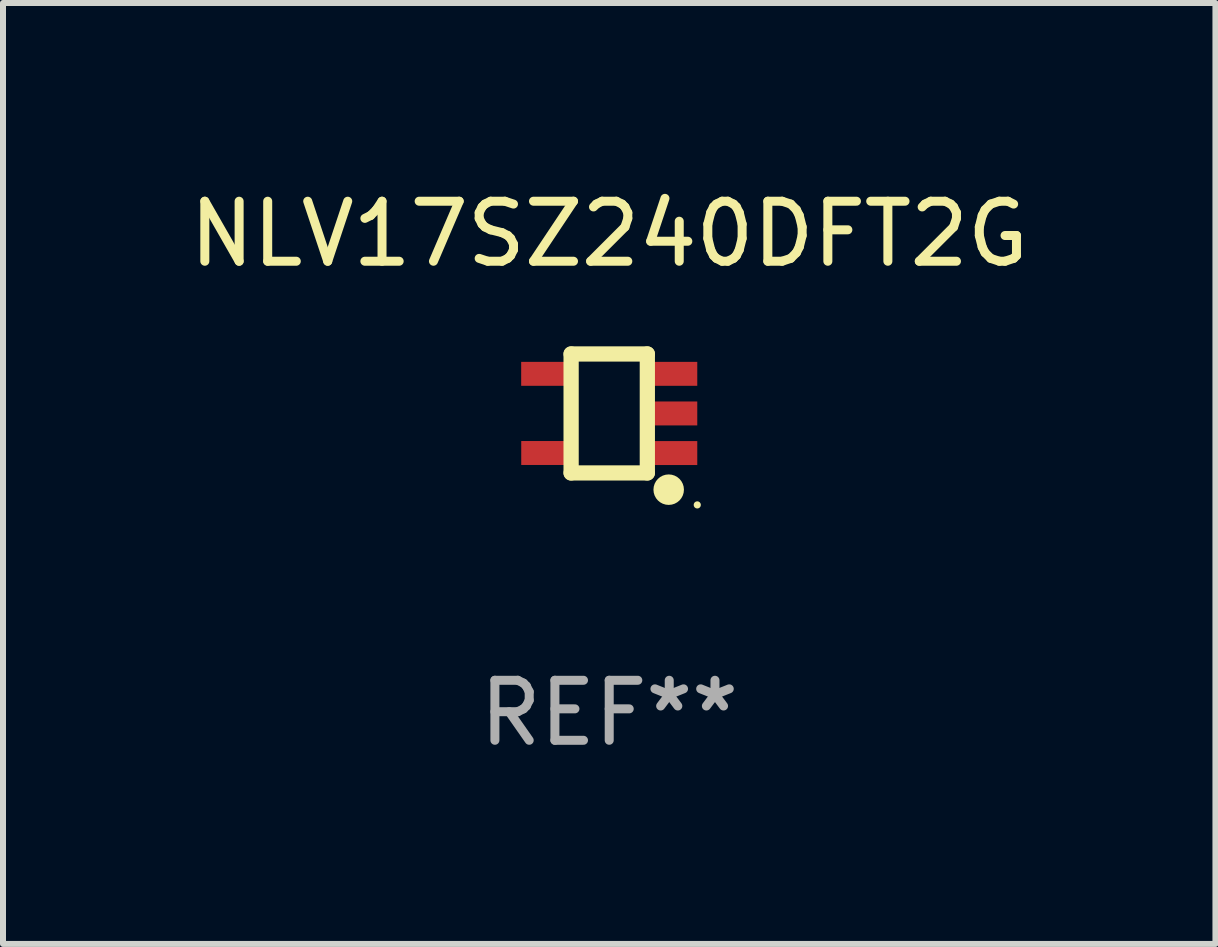
<source format=kicad_pcb>
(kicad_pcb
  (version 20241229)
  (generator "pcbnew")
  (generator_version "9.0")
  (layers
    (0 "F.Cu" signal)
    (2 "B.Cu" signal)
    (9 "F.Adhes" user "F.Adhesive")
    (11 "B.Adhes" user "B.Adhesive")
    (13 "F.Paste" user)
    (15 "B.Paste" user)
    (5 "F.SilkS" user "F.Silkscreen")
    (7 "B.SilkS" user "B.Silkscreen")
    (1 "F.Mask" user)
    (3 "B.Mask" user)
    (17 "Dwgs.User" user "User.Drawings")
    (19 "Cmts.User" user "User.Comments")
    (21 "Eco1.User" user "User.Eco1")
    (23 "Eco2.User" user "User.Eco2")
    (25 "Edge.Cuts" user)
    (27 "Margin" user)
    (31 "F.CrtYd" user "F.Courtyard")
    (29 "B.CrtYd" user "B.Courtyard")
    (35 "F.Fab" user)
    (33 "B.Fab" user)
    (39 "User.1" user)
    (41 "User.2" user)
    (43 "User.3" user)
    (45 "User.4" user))
  (footprint "NLV17SZ240DFT2G"
    (layer "F.Cu")
    (at 7.101 3.839)
    (property "Reference" "NLV17SZ240DFT2G" (at 0 -2.991 0) (layer "F.SilkS") (effects (font (size 1 1) (thickness 0.15))))
    (attr through_hole)
    (fp_line (start -0.635 -0.991) (end 0.635 -0.991) (stroke (width 0.254) (type solid)) (layer "F.SilkS"))
    (fp_line (start -0.635 0.991) (end -0.635 -0.991) (stroke (width 0.254) (type solid)) (layer "F.SilkS"))
    (fp_line (start 0.635 -0.991) (end 0.635 0.991) (stroke (width 0.254) (type solid)) (layer "F.SilkS"))
    (fp_line (start 0.635 0.991) (end -0.635 0.991) (stroke (width 0.254) (type solid)) (layer "F.SilkS"))
    (fp_circle (center 0.991 1.27) (end 1.118 1.27) (stroke (width 0.254) (type solid)) (fill no) (layer "F.SilkS"))
    (fp_circle (center 1.467 1.524) (end 1.497 1.524) (stroke (width 0.06) (type solid)) (fill no) (layer "F.SilkS"))
    (fp_text user "REF**" (at 0 4.991 0) (layer "F.Fab") (effects (font (size 1 1) (thickness 0.15))))
    (pad "1" smd rect (at 1.067 0.66 180) (size 0.8 0.399) (layers "F.Cu" "F.Mask" "F.Paste"))
    (pad "2" smd rect (at 1.067 0 180) (size 0.8 0.399) (layers "F.Cu" "F.Mask" "F.Paste"))
    (pad "3" smd rect (at 1.067 -0.66 180) (size 0.8 0.399) (layers "F.Cu" "F.Mask" "F.Paste"))
    (pad "4" smd rect (at -1.067 -0.66 180) (size 0.8 0.399) (layers "F.Cu" "F.Mask" "F.Paste"))
    (pad "5" smd rect (at -1.066 0.659 180) (size 0.8 0.399) (layers "F.Cu" "F.Mask" "F.Paste")))
  (gr_rect
    (start -3 -3)
    (end 17.202 12.678)
    (stroke (width 0.1) (type default))
    (fill no)
    (layer "Edge.Cuts")))
</source>
